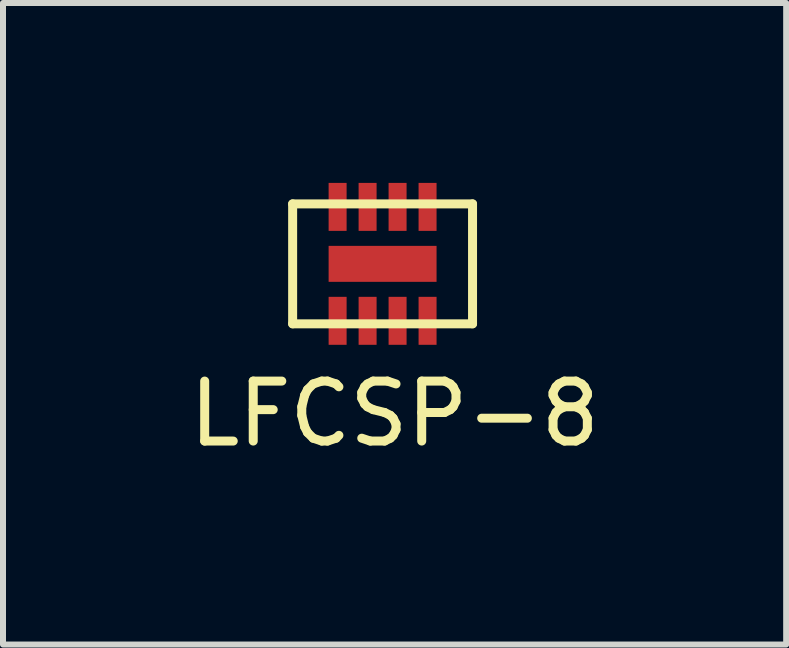
<source format=kicad_pcb>
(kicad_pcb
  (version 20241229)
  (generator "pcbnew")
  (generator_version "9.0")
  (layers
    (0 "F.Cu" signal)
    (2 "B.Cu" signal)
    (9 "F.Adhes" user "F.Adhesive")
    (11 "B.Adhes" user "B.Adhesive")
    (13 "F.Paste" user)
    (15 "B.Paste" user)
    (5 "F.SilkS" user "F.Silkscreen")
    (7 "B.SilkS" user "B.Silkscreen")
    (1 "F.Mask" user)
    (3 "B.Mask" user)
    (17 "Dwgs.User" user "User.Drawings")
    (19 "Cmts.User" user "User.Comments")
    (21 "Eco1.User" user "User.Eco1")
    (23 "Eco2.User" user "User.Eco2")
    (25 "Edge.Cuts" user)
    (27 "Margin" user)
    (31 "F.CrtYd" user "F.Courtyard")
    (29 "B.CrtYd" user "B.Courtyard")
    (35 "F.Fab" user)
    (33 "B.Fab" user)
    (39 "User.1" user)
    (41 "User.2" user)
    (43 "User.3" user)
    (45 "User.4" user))
  (footprint "LFCSP-8"
    (layer "F.Cu")
    (at 3.33 1.35)
    (property "Reference" "LFCSP-8" (at 0.2 2.5 0) (layer "F.SilkS") (effects (font (size 1 1) (thickness 0.15))))
    (attr through_hole)
    (fp_line (start -1.5 -1) (end 1.5 -1) (stroke (width 0.15) (type solid)) (layer "F.SilkS"))
    (fp_line (start -1.5 1) (end -1.5 -1) (stroke (width 0.15) (type solid)) (layer "F.SilkS"))
    (fp_line (start 1.5 -1) (end 1.5 1) (stroke (width 0.15) (type solid)) (layer "F.SilkS"))
    (fp_line (start 1.5 1) (end -1.5 1) (stroke (width 0.15) (type solid)) (layer "F.SilkS"))
    (pad "1" smd rect (at -0.75 0.95) (size 0.3 0.8) (layers "F.Cu" "F.Mask" "F.Paste"))
    (pad "2" smd rect (at -0.25 0.95) (size 0.3 0.8) (layers "F.Cu" "F.Mask" "F.Paste"))
    (pad "3" smd rect (at 0.25 0.95) (size 0.3 0.8) (layers "F.Cu" "F.Mask" "F.Paste"))
    (pad "4" smd rect (at 0.75 0.95) (size 0.3 0.8) (layers "F.Cu" "F.Mask" "F.Paste"))
    (pad "5" smd rect (at 0.75 -0.95) (size 0.3 0.8) (layers "F.Cu" "F.Mask" "F.Paste"))
    (pad "6" smd rect (at 0.25 -0.95) (size 0.3 0.8) (layers "F.Cu" "F.Mask" "F.Paste"))
    (pad "7" smd rect (at -0.25 -0.95) (size 0.3 0.8) (layers "F.Cu" "F.Mask" "F.Paste"))
    (pad "8" smd rect (at -0.75 -0.95) (size 0.3 0.8) (layers "F.Cu" "F.Mask" "F.Paste"))
    (pad "9" smd rect (at -0.55 0) (size 0.4 0.4) (layers "F.Cu" "F.Mask" "F.Paste"))
    (pad "9" smd rect (at 0 0) (size 1.8 0.6) (layers "F.Cu" "F.Mask"))
    (pad "9" smd rect (at 0.55 0) (size 0.4 0.4) (layers "F.Cu" "F.Mask" "F.Paste")))
  (gr_rect
    (start -3 -3)
    (end 10.06 7.698)
    (stroke (width 0.1) (type default))
    (fill no)
    (layer "Edge.Cuts")))
</source>
